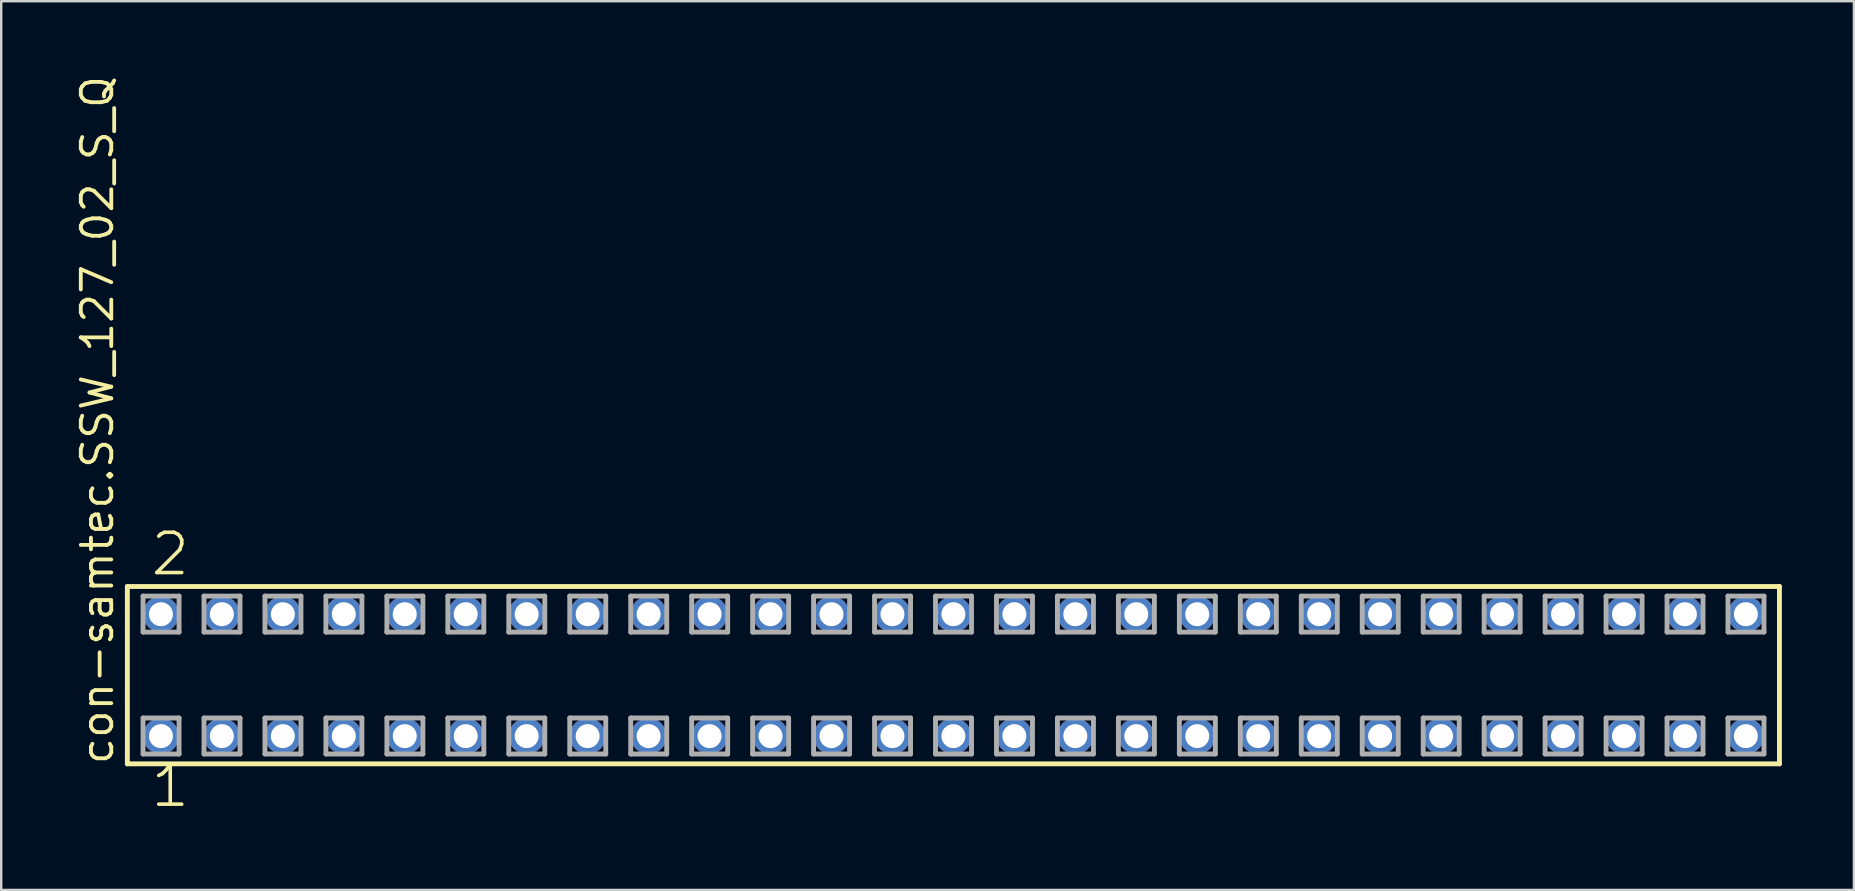
<source format=kicad_pcb>
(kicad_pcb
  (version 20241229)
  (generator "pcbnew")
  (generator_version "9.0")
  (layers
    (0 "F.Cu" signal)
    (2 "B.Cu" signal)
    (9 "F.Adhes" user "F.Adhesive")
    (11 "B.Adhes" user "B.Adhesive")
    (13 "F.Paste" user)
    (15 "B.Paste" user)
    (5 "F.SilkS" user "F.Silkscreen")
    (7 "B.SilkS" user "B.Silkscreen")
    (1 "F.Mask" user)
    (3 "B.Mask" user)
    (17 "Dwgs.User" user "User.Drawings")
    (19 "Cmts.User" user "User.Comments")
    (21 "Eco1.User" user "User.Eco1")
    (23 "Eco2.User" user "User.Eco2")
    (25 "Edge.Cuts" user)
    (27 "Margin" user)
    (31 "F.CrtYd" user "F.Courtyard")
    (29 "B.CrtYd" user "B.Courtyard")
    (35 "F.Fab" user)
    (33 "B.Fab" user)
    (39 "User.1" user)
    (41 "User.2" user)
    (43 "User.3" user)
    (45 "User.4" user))
  (footprint "con-samtec.SSW_127_02_S_Q"
    (layer "F.Cu")
    (at 36.675 25.082)
    (property "Reference" "con-samtec.SSW_127_02_S_Q" (at -34.925 3.81 90) (layer "F.SilkS") (effects (font (size 1.27 1.27) (thickness 0.16)) (justify left bottom)))
    (attr through_hole)
    (fp_line (start -34.419 -3.695) (end 34.419 -3.695) (stroke (width 0.203) (type default)) (layer "F.SilkS"))
    (fp_line (start -34.419 3.695) (end -34.419 -3.695) (stroke (width 0.203) (type default)) (layer "F.SilkS"))
    (fp_line (start 34.419 -3.695) (end 34.419 3.695) (stroke (width 0.203) (type default)) (layer "F.SilkS"))
    (fp_line (start 34.419 3.695) (end -34.419 3.695) (stroke (width 0.203) (type default)) (layer "F.SilkS"))
    (fp_line (start -33.765 -3.295) (end -32.265 -3.295) (stroke (width 0.203) (type default)) (layer "F.Fab"))
    (fp_line (start -33.765 -1.795) (end -33.765 -3.295) (stroke (width 0.203) (type default)) (layer "F.Fab"))
    (fp_line (start -33.765 1.785) (end -32.265 1.785) (stroke (width 0.203) (type default)) (layer "F.Fab"))
    (fp_line (start -33.765 3.285) (end -33.765 1.785) (stroke (width 0.203) (type default)) (layer "F.Fab"))
    (fp_line (start -32.265 -3.295) (end -32.265 -1.795) (stroke (width 0.203) (type default)) (layer "F.Fab"))
    (fp_line (start -32.265 -1.795) (end -33.765 -1.795) (stroke (width 0.203) (type default)) (layer "F.Fab"))
    (fp_line (start -32.265 1.785) (end -32.265 3.285) (stroke (width 0.203) (type default)) (layer "F.Fab"))
    (fp_line (start -32.265 3.285) (end -33.765 3.285) (stroke (width 0.203) (type default)) (layer "F.Fab"))
    (fp_line (start -31.225 -3.295) (end -29.725 -3.295) (stroke (width 0.203) (type default)) (layer "F.Fab"))
    (fp_line (start -31.225 -1.795) (end -31.225 -3.295) (stroke (width 0.203) (type default)) (layer "F.Fab"))
    (fp_line (start -31.225 1.785) (end -29.725 1.785) (stroke (width 0.203) (type default)) (layer "F.Fab"))
    (fp_line (start -31.225 3.285) (end -31.225 1.785) (stroke (width 0.203) (type default)) (layer "F.Fab"))
    (fp_line (start -29.725 -3.295) (end -29.725 -1.795) (stroke (width 0.203) (type default)) (layer "F.Fab"))
    (fp_line (start -29.725 -1.795) (end -31.225 -1.795) (stroke (width 0.203) (type default)) (layer "F.Fab"))
    (fp_line (start -29.725 1.785) (end -29.725 3.285) (stroke (width 0.203) (type default)) (layer "F.Fab"))
    (fp_line (start -29.725 3.285) (end -31.225 3.285) (stroke (width 0.203) (type default)) (layer "F.Fab"))
    (fp_line (start -28.685 -3.295) (end -27.185 -3.295) (stroke (width 0.203) (type default)) (layer "F.Fab"))
    (fp_line (start -28.685 -1.795) (end -28.685 -3.295) (stroke (width 0.203) (type default)) (layer "F.Fab"))
    (fp_line (start -28.685 1.785) (end -27.185 1.785) (stroke (width 0.203) (type default)) (layer "F.Fab"))
    (fp_line (start -28.685 3.285) (end -28.685 1.785) (stroke (width 0.203) (type default)) (layer "F.Fab"))
    (fp_line (start -27.185 -3.295) (end -27.185 -1.795) (stroke (width 0.203) (type default)) (layer "F.Fab"))
    (fp_line (start -27.185 -1.795) (end -28.685 -1.795) (stroke (width 0.203) (type default)) (layer "F.Fab"))
    (fp_line (start -27.185 1.785) (end -27.185 3.285) (stroke (width 0.203) (type default)) (layer "F.Fab"))
    (fp_line (start -27.185 3.285) (end -28.685 3.285) (stroke (width 0.203) (type default)) (layer "F.Fab"))
    (fp_line (start -26.145 -3.295) (end -24.645 -3.295) (stroke (width 0.203) (type default)) (layer "F.Fab"))
    (fp_line (start -26.145 -1.795) (end -26.145 -3.295) (stroke (width 0.203) (type default)) (layer "F.Fab"))
    (fp_line (start -26.145 1.785) (end -24.645 1.785) (stroke (width 0.203) (type default)) (layer "F.Fab"))
    (fp_line (start -26.145 3.285) (end -26.145 1.785) (stroke (width 0.203) (type default)) (layer "F.Fab"))
    (fp_line (start -24.645 -3.295) (end -24.645 -1.795) (stroke (width 0.203) (type default)) (layer "F.Fab"))
    (fp_line (start -24.645 -1.795) (end -26.145 -1.795) (stroke (width 0.203) (type default)) (layer "F.Fab"))
    (fp_line (start -24.645 1.785) (end -24.645 3.285) (stroke (width 0.203) (type default)) (layer "F.Fab"))
    (fp_line (start -24.645 3.285) (end -26.145 3.285) (stroke (width 0.203) (type default)) (layer "F.Fab"))
    (fp_line (start -23.605 -3.295) (end -22.105 -3.295) (stroke (width 0.203) (type default)) (layer "F.Fab"))
    (fp_line (start -23.605 -1.795) (end -23.605 -3.295) (stroke (width 0.203) (type default)) (layer "F.Fab"))
    (fp_line (start -23.605 1.785) (end -22.105 1.785) (stroke (width 0.203) (type default)) (layer "F.Fab"))
    (fp_line (start -23.605 3.285) (end -23.605 1.785) (stroke (width 0.203) (type default)) (layer "F.Fab"))
    (fp_line (start -22.105 -3.295) (end -22.105 -1.795) (stroke (width 0.203) (type default)) (layer "F.Fab"))
    (fp_line (start -22.105 -1.795) (end -23.605 -1.795) (stroke (width 0.203) (type default)) (layer "F.Fab"))
    (fp_line (start -22.105 1.785) (end -22.105 3.285) (stroke (width 0.203) (type default)) (layer "F.Fab"))
    (fp_line (start -22.105 3.285) (end -23.605 3.285) (stroke (width 0.203) (type default)) (layer "F.Fab"))
    (fp_line (start -21.065 -3.295) (end -19.565 -3.295) (stroke (width 0.203) (type default)) (layer "F.Fab"))
    (fp_line (start -21.065 -1.795) (end -21.065 -3.295) (stroke (width 0.203) (type default)) (layer "F.Fab"))
    (fp_line (start -21.065 1.785) (end -19.565 1.785) (stroke (width 0.203) (type default)) (layer "F.Fab"))
    (fp_line (start -21.065 3.285) (end -21.065 1.785) (stroke (width 0.203) (type default)) (layer "F.Fab"))
    (fp_line (start -19.565 -3.295) (end -19.565 -1.795) (stroke (width 0.203) (type default)) (layer "F.Fab"))
    (fp_line (start -19.565 -1.795) (end -21.065 -1.795) (stroke (width 0.203) (type default)) (layer "F.Fab"))
    (fp_line (start -19.565 1.785) (end -19.565 3.285) (stroke (width 0.203) (type default)) (layer "F.Fab"))
    (fp_line (start -19.565 3.285) (end -21.065 3.285) (stroke (width 0.203) (type default)) (layer "F.Fab"))
    (fp_line (start -18.525 -3.295) (end -17.025 -3.295) (stroke (width 0.203) (type default)) (layer "F.Fab"))
    (fp_line (start -18.525 -1.795) (end -18.525 -3.295) (stroke (width 0.203) (type default)) (layer "F.Fab"))
    (fp_line (start -18.525 1.785) (end -17.025 1.785) (stroke (width 0.203) (type default)) (layer "F.Fab"))
    (fp_line (start -18.525 3.285) (end -18.525 1.785) (stroke (width 0.203) (type default)) (layer "F.Fab"))
    (fp_line (start -17.025 -3.295) (end -17.025 -1.795) (stroke (width 0.203) (type default)) (layer "F.Fab"))
    (fp_line (start -17.025 -1.795) (end -18.525 -1.795) (stroke (width 0.203) (type default)) (layer "F.Fab"))
    (fp_line (start -17.025 1.785) (end -17.025 3.285) (stroke (width 0.203) (type default)) (layer "F.Fab"))
    (fp_line (start -17.025 3.285) (end -18.525 3.285) (stroke (width 0.203) (type default)) (layer "F.Fab"))
    (fp_line (start -15.985 -3.295) (end -14.485 -3.295) (stroke (width 0.203) (type default)) (layer "F.Fab"))
    (fp_line (start -15.985 -1.795) (end -15.985 -3.295) (stroke (width 0.203) (type default)) (layer "F.Fab"))
    (fp_line (start -15.985 1.785) (end -14.485 1.785) (stroke (width 0.203) (type default)) (layer "F.Fab"))
    (fp_line (start -15.985 3.285) (end -15.985 1.785) (stroke (width 0.203) (type default)) (layer "F.Fab"))
    (fp_line (start -14.485 -3.295) (end -14.485 -1.795) (stroke (width 0.203) (type default)) (layer "F.Fab"))
    (fp_line (start -14.485 -1.795) (end -15.985 -1.795) (stroke (width 0.203) (type default)) (layer "F.Fab"))
    (fp_line (start -14.485 1.785) (end -14.485 3.285) (stroke (width 0.203) (type default)) (layer "F.Fab"))
    (fp_line (start -14.485 3.285) (end -15.985 3.285) (stroke (width 0.203) (type default)) (layer "F.Fab"))
    (fp_line (start -13.445 -3.295) (end -11.945 -3.295) (stroke (width 0.203) (type default)) (layer "F.Fab"))
    (fp_line (start -13.445 -1.795) (end -13.445 -3.295) (stroke (width 0.203) (type default)) (layer "F.Fab"))
    (fp_line (start -13.445 1.785) (end -11.945 1.785) (stroke (width 0.203) (type default)) (layer "F.Fab"))
    (fp_line (start -13.445 3.285) (end -13.445 1.785) (stroke (width 0.203) (type default)) (layer "F.Fab"))
    (fp_line (start -11.945 -3.295) (end -11.945 -1.795) (stroke (width 0.203) (type default)) (layer "F.Fab"))
    (fp_line (start -11.945 -1.795) (end -13.445 -1.795) (stroke (width 0.203) (type default)) (layer "F.Fab"))
    (fp_line (start -11.945 1.785) (end -11.945 3.285) (stroke (width 0.203) (type default)) (layer "F.Fab"))
    (fp_line (start -11.945 3.285) (end -13.445 3.285) (stroke (width 0.203) (type default)) (layer "F.Fab"))
    (fp_line (start -10.905 -3.295) (end -9.405 -3.295) (stroke (width 0.203) (type default)) (layer "F.Fab"))
    (fp_line (start -10.905 -1.795) (end -10.905 -3.295) (stroke (width 0.203) (type default)) (layer "F.Fab"))
    (fp_line (start -10.905 1.785) (end -9.405 1.785) (stroke (width 0.203) (type default)) (layer "F.Fab"))
    (fp_line (start -10.905 3.285) (end -10.905 1.785) (stroke (width 0.203) (type default)) (layer "F.Fab"))
    (fp_line (start -9.405 -3.295) (end -9.405 -1.795) (stroke (width 0.203) (type default)) (layer "F.Fab"))
    (fp_line (start -9.405 -1.795) (end -10.905 -1.795) (stroke (width 0.203) (type default)) (layer "F.Fab"))
    (fp_line (start -9.405 1.785) (end -9.405 3.285) (stroke (width 0.203) (type default)) (layer "F.Fab"))
    (fp_line (start -9.405 3.285) (end -10.905 3.285) (stroke (width 0.203) (type default)) (layer "F.Fab"))
    (fp_line (start -8.365 -3.295) (end -6.865 -3.295) (stroke (width 0.203) (type default)) (layer "F.Fab"))
    (fp_line (start -8.365 -1.795) (end -8.365 -3.295) (stroke (width 0.203) (type default)) (layer "F.Fab"))
    (fp_line (start -8.365 1.785) (end -6.865 1.785) (stroke (width 0.203) (type default)) (layer "F.Fab"))
    (fp_line (start -8.365 3.285) (end -8.365 1.785) (stroke (width 0.203) (type default)) (layer "F.Fab"))
    (fp_line (start -6.865 -3.295) (end -6.865 -1.795) (stroke (width 0.203) (type default)) (layer "F.Fab"))
    (fp_line (start -6.865 -1.795) (end -8.365 -1.795) (stroke (width 0.203) (type default)) (layer "F.Fab"))
    (fp_line (start -6.865 1.785) (end -6.865 3.285) (stroke (width 0.203) (type default)) (layer "F.Fab"))
    (fp_line (start -6.865 3.285) (end -8.365 3.285) (stroke (width 0.203) (type default)) (layer "F.Fab"))
    (fp_line (start -5.825 -3.295) (end -4.325 -3.295) (stroke (width 0.203) (type default)) (layer "F.Fab"))
    (fp_line (start -5.825 -1.795) (end -5.825 -3.295) (stroke (width 0.203) (type default)) (layer "F.Fab"))
    (fp_line (start -5.825 1.785) (end -4.325 1.785) (stroke (width 0.203) (type default)) (layer "F.Fab"))
    (fp_line (start -5.825 3.285) (end -5.825 1.785) (stroke (width 0.203) (type default)) (layer "F.Fab"))
    (fp_line (start -4.325 -3.295) (end -4.325 -1.795) (stroke (width 0.203) (type default)) (layer "F.Fab"))
    (fp_line (start -4.325 -1.795) (end -5.825 -1.795) (stroke (width 0.203) (type default)) (layer "F.Fab"))
    (fp_line (start -4.325 1.785) (end -4.325 3.285) (stroke (width 0.203) (type default)) (layer "F.Fab"))
    (fp_line (start -4.325 3.285) (end -5.825 3.285) (stroke (width 0.203) (type default)) (layer "F.Fab"))
    (fp_line (start -3.285 -3.295) (end -1.785 -3.295) (stroke (width 0.203) (type default)) (layer "F.Fab"))
    (fp_line (start -3.285 -1.795) (end -3.285 -3.295) (stroke (width 0.203) (type default)) (layer "F.Fab"))
    (fp_line (start -3.285 1.785) (end -1.785 1.785) (stroke (width 0.203) (type default)) (layer "F.Fab"))
    (fp_line (start -3.285 3.285) (end -3.285 1.785) (stroke (width 0.203) (type default)) (layer "F.Fab"))
    (fp_line (start -1.785 -3.295) (end -1.785 -1.795) (stroke (width 0.203) (type default)) (layer "F.Fab"))
    (fp_line (start -1.785 -1.795) (end -3.285 -1.795) (stroke (width 0.203) (type default)) (layer "F.Fab"))
    (fp_line (start -1.785 1.785) (end -1.785 3.285) (stroke (width 0.203) (type default)) (layer "F.Fab"))
    (fp_line (start -1.785 3.285) (end -3.285 3.285) (stroke (width 0.203) (type default)) (layer "F.Fab"))
    (fp_line (start -0.745 -3.295) (end 0.755 -3.295) (stroke (width 0.203) (type default)) (layer "F.Fab"))
    (fp_line (start -0.745 -1.795) (end -0.745 -3.295) (stroke (width 0.203) (type default)) (layer "F.Fab"))
    (fp_line (start -0.745 1.785) (end 0.755 1.785) (stroke (width 0.203) (type default)) (layer "F.Fab"))
    (fp_line (start -0.745 3.285) (end -0.745 1.785) (stroke (width 0.203) (type default)) (layer "F.Fab"))
    (fp_line (start 0.755 -3.295) (end 0.755 -1.795) (stroke (width 0.203) (type default)) (layer "F.Fab"))
    (fp_line (start 0.755 -1.795) (end -0.745 -1.795) (stroke (width 0.203) (type default)) (layer "F.Fab"))
    (fp_line (start 0.755 1.785) (end 0.755 3.285) (stroke (width 0.203) (type default)) (layer "F.Fab"))
    (fp_line (start 0.755 3.285) (end -0.745 3.285) (stroke (width 0.203) (type default)) (layer "F.Fab"))
    (fp_line (start 1.795 -3.295) (end 3.295 -3.295) (stroke (width 0.203) (type default)) (layer "F.Fab"))
    (fp_line (start 1.795 -1.795) (end 1.795 -3.295) (stroke (width 0.203) (type default)) (layer "F.Fab"))
    (fp_line (start 1.795 1.785) (end 3.295 1.785) (stroke (width 0.203) (type default)) (layer "F.Fab"))
    (fp_line (start 1.795 3.285) (end 1.795 1.785) (stroke (width 0.203) (type default)) (layer "F.Fab"))
    (fp_line (start 3.295 -3.295) (end 3.295 -1.795) (stroke (width 0.203) (type default)) (layer "F.Fab"))
    (fp_line (start 3.295 -1.795) (end 1.795 -1.795) (stroke (width 0.203) (type default)) (layer "F.Fab"))
    (fp_line (start 3.295 1.785) (end 3.295 3.285) (stroke (width 0.203) (type default)) (layer "F.Fab"))
    (fp_line (start 3.295 3.285) (end 1.795 3.285) (stroke (width 0.203) (type default)) (layer "F.Fab"))
    (fp_line (start 4.335 -3.295) (end 5.835 -3.295) (stroke (width 0.203) (type default)) (layer "F.Fab"))
    (fp_line (start 4.335 -1.795) (end 4.335 -3.295) (stroke (width 0.203) (type default)) (layer "F.Fab"))
    (fp_line (start 4.335 1.785) (end 5.835 1.785) (stroke (width 0.203) (type default)) (layer "F.Fab"))
    (fp_line (start 4.335 3.285) (end 4.335 1.785) (stroke (width 0.203) (type default)) (layer "F.Fab"))
    (fp_line (start 5.835 -3.295) (end 5.835 -1.795) (stroke (width 0.203) (type default)) (layer "F.Fab"))
    (fp_line (start 5.835 -1.795) (end 4.335 -1.795) (stroke (width 0.203) (type default)) (layer "F.Fab"))
    (fp_line (start 5.835 1.785) (end 5.835 3.285) (stroke (width 0.203) (type default)) (layer "F.Fab"))
    (fp_line (start 5.835 3.285) (end 4.335 3.285) (stroke (width 0.203) (type default)) (layer "F.Fab"))
    (fp_line (start 6.875 -3.295) (end 8.375 -3.295) (stroke (width 0.203) (type default)) (layer "F.Fab"))
    (fp_line (start 6.875 -1.795) (end 6.875 -3.295) (stroke (width 0.203) (type default)) (layer "F.Fab"))
    (fp_line (start 6.875 1.785) (end 8.375 1.785) (stroke (width 0.203) (type default)) (layer "F.Fab"))
    (fp_line (start 6.875 3.285) (end 6.875 1.785) (stroke (width 0.203) (type default)) (layer "F.Fab"))
    (fp_line (start 8.375 -3.295) (end 8.375 -1.795) (stroke (width 0.203) (type default)) (layer "F.Fab"))
    (fp_line (start 8.375 -1.795) (end 6.875 -1.795) (stroke (width 0.203) (type default)) (layer "F.Fab"))
    (fp_line (start 8.375 1.785) (end 8.375 3.285) (stroke (width 0.203) (type default)) (layer "F.Fab"))
    (fp_line (start 8.375 3.285) (end 6.875 3.285) (stroke (width 0.203) (type default)) (layer "F.Fab"))
    (fp_line (start 9.415 -3.295) (end 10.915 -3.295) (stroke (width 0.203) (type default)) (layer "F.Fab"))
    (fp_line (start 9.415 -1.795) (end 9.415 -3.295) (stroke (width 0.203) (type default)) (layer "F.Fab"))
    (fp_line (start 9.415 1.785) (end 10.915 1.785) (stroke (width 0.203) (type default)) (layer "F.Fab"))
    (fp_line (start 9.415 3.285) (end 9.415 1.785) (stroke (width 0.203) (type default)) (layer "F.Fab"))
    (fp_line (start 10.915 -3.295) (end 10.915 -1.795) (stroke (width 0.203) (type default)) (layer "F.Fab"))
    (fp_line (start 10.915 -1.795) (end 9.415 -1.795) (stroke (width 0.203) (type default)) (layer "F.Fab"))
    (fp_line (start 10.915 1.785) (end 10.915 3.285) (stroke (width 0.203) (type default)) (layer "F.Fab"))
    (fp_line (start 10.915 3.285) (end 9.415 3.285) (stroke (width 0.203) (type default)) (layer "F.Fab"))
    (fp_line (start 11.955 -3.295) (end 13.455 -3.295) (stroke (width 0.203) (type default)) (layer "F.Fab"))
    (fp_line (start 11.955 -1.795) (end 11.955 -3.295) (stroke (width 0.203) (type default)) (layer "F.Fab"))
    (fp_line (start 11.955 1.785) (end 13.455 1.785) (stroke (width 0.203) (type default)) (layer "F.Fab"))
    (fp_line (start 11.955 3.285) (end 11.955 1.785) (stroke (width 0.203) (type default)) (layer "F.Fab"))
    (fp_line (start 13.455 -3.295) (end 13.455 -1.795) (stroke (width 0.203) (type default)) (layer "F.Fab"))
    (fp_line (start 13.455 -1.795) (end 11.955 -1.795) (stroke (width 0.203) (type default)) (layer "F.Fab"))
    (fp_line (start 13.455 1.785) (end 13.455 3.285) (stroke (width 0.203) (type default)) (layer "F.Fab"))
    (fp_line (start 13.455 3.285) (end 11.955 3.285) (stroke (width 0.203) (type default)) (layer "F.Fab"))
    (fp_line (start 14.495 -3.295) (end 15.995 -3.295) (stroke (width 0.203) (type default)) (layer "F.Fab"))
    (fp_line (start 14.495 -1.795) (end 14.495 -3.295) (stroke (width 0.203) (type default)) (layer "F.Fab"))
    (fp_line (start 14.495 1.785) (end 15.995 1.785) (stroke (width 0.203) (type default)) (layer "F.Fab"))
    (fp_line (start 14.495 3.285) (end 14.495 1.785) (stroke (width 0.203) (type default)) (layer "F.Fab"))
    (fp_line (start 15.995 -3.295) (end 15.995 -1.795) (stroke (width 0.203) (type default)) (layer "F.Fab"))
    (fp_line (start 15.995 -1.795) (end 14.495 -1.795) (stroke (width 0.203) (type default)) (layer "F.Fab"))
    (fp_line (start 15.995 1.785) (end 15.995 3.285) (stroke (width 0.203) (type default)) (layer "F.Fab"))
    (fp_line (start 15.995 3.285) (end 14.495 3.285) (stroke (width 0.203) (type default)) (layer "F.Fab"))
    (fp_line (start 17.035 -3.295) (end 18.535 -3.295) (stroke (width 0.203) (type default)) (layer "F.Fab"))
    (fp_line (start 17.035 -1.795) (end 17.035 -3.295) (stroke (width 0.203) (type default)) (layer "F.Fab"))
    (fp_line (start 17.035 1.785) (end 18.535 1.785) (stroke (width 0.203) (type default)) (layer "F.Fab"))
    (fp_line (start 17.035 3.285) (end 17.035 1.785) (stroke (width 0.203) (type default)) (layer "F.Fab"))
    (fp_line (start 18.535 -3.295) (end 18.535 -1.795) (stroke (width 0.203) (type default)) (layer "F.Fab"))
    (fp_line (start 18.535 -1.795) (end 17.035 -1.795) (stroke (width 0.203) (type default)) (layer "F.Fab"))
    (fp_line (start 18.535 1.785) (end 18.535 3.285) (stroke (width 0.203) (type default)) (layer "F.Fab"))
    (fp_line (start 18.535 3.285) (end 17.035 3.285) (stroke (width 0.203) (type default)) (layer "F.Fab"))
    (fp_line (start 19.575 -3.295) (end 21.075 -3.295) (stroke (width 0.203) (type default)) (layer "F.Fab"))
    (fp_line (start 19.575 -1.795) (end 19.575 -3.295) (stroke (width 0.203) (type default)) (layer "F.Fab"))
    (fp_line (start 19.575 1.785) (end 21.075 1.785) (stroke (width 0.203) (type default)) (layer "F.Fab"))
    (fp_line (start 19.575 3.285) (end 19.575 1.785) (stroke (width 0.203) (type default)) (layer "F.Fab"))
    (fp_line (start 21.075 -3.295) (end 21.075 -1.795) (stroke (width 0.203) (type default)) (layer "F.Fab"))
    (fp_line (start 21.075 -1.795) (end 19.575 -1.795) (stroke (width 0.203) (type default)) (layer "F.Fab"))
    (fp_line (start 21.075 1.785) (end 21.075 3.285) (stroke (width 0.203) (type default)) (layer "F.Fab"))
    (fp_line (start 21.075 3.285) (end 19.575 3.285) (stroke (width 0.203) (type default)) (layer "F.Fab"))
    (fp_line (start 22.115 -3.295) (end 23.615 -3.295) (stroke (width 0.203) (type default)) (layer "F.Fab"))
    (fp_line (start 22.115 -1.795) (end 22.115 -3.295) (stroke (width 0.203) (type default)) (layer "F.Fab"))
    (fp_line (start 22.115 1.785) (end 23.615 1.785) (stroke (width 0.203) (type default)) (layer "F.Fab"))
    (fp_line (start 22.115 3.285) (end 22.115 1.785) (stroke (width 0.203) (type default)) (layer "F.Fab"))
    (fp_line (start 23.615 -3.295) (end 23.615 -1.795) (stroke (width 0.203) (type default)) (layer "F.Fab"))
    (fp_line (start 23.615 -1.795) (end 22.115 -1.795) (stroke (width 0.203) (type default)) (layer "F.Fab"))
    (fp_line (start 23.615 1.785) (end 23.615 3.285) (stroke (width 0.203) (type default)) (layer "F.Fab"))
    (fp_line (start 23.615 3.285) (end 22.115 3.285) (stroke (width 0.203) (type default)) (layer "F.Fab"))
    (fp_line (start 24.655 -3.295) (end 26.155 -3.295) (stroke (width 0.203) (type default)) (layer "F.Fab"))
    (fp_line (start 24.655 -1.795) (end 24.655 -3.295) (stroke (width 0.203) (type default)) (layer "F.Fab"))
    (fp_line (start 24.655 1.785) (end 26.155 1.785) (stroke (width 0.203) (type default)) (layer "F.Fab"))
    (fp_line (start 24.655 3.285) (end 24.655 1.785) (stroke (width 0.203) (type default)) (layer "F.Fab"))
    (fp_line (start 26.155 -3.295) (end 26.155 -1.795) (stroke (width 0.203) (type default)) (layer "F.Fab"))
    (fp_line (start 26.155 -1.795) (end 24.655 -1.795) (stroke (width 0.203) (type default)) (layer "F.Fab"))
    (fp_line (start 26.155 1.785) (end 26.155 3.285) (stroke (width 0.203) (type default)) (layer "F.Fab"))
    (fp_line (start 26.155 3.285) (end 24.655 3.285) (stroke (width 0.203) (type default)) (layer "F.Fab"))
    (fp_line (start 27.195 -3.295) (end 28.695 -3.295) (stroke (width 0.203) (type default)) (layer "F.Fab"))
    (fp_line (start 27.195 -1.795) (end 27.195 -3.295) (stroke (width 0.203) (type default)) (layer "F.Fab"))
    (fp_line (start 27.195 1.785) (end 28.695 1.785) (stroke (width 0.203) (type default)) (layer "F.Fab"))
    (fp_line (start 27.195 3.285) (end 27.195 1.785) (stroke (width 0.203) (type default)) (layer "F.Fab"))
    (fp_line (start 28.695 -3.295) (end 28.695 -1.795) (stroke (width 0.203) (type default)) (layer "F.Fab"))
    (fp_line (start 28.695 -1.795) (end 27.195 -1.795) (stroke (width 0.203) (type default)) (layer "F.Fab"))
    (fp_line (start 28.695 1.785) (end 28.695 3.285) (stroke (width 0.203) (type default)) (layer "F.Fab"))
    (fp_line (start 28.695 3.285) (end 27.195 3.285) (stroke (width 0.203) (type default)) (layer "F.Fab"))
    (fp_line (start 29.735 -3.295) (end 31.235 -3.295) (stroke (width 0.203) (type default)) (layer "F.Fab"))
    (fp_line (start 29.735 -1.795) (end 29.735 -3.295) (stroke (width 0.203) (type default)) (layer "F.Fab"))
    (fp_line (start 29.735 1.785) (end 31.235 1.785) (stroke (width 0.203) (type default)) (layer "F.Fab"))
    (fp_line (start 29.735 3.285) (end 29.735 1.785) (stroke (width 0.203) (type default)) (layer "F.Fab"))
    (fp_line (start 31.235 -3.295) (end 31.235 -1.795) (stroke (width 0.203) (type default)) (layer "F.Fab"))
    (fp_line (start 31.235 -1.795) (end 29.735 -1.795) (stroke (width 0.203) (type default)) (layer "F.Fab"))
    (fp_line (start 31.235 1.785) (end 31.235 3.285) (stroke (width 0.203) (type default)) (layer "F.Fab"))
    (fp_line (start 31.235 3.285) (end 29.735 3.285) (stroke (width 0.203) (type default)) (layer "F.Fab"))
    (fp_line (start 32.275 -3.295) (end 33.775 -3.295) (stroke (width 0.203) (type default)) (layer "F.Fab"))
    (fp_line (start 32.275 -1.795) (end 32.275 -3.295) (stroke (width 0.203) (type default)) (layer "F.Fab"))
    (fp_line (start 32.275 1.785) (end 33.775 1.785) (stroke (width 0.203) (type default)) (layer "F.Fab"))
    (fp_line (start 32.275 3.285) (end 32.275 1.785) (stroke (width 0.203) (type default)) (layer "F.Fab"))
    (fp_line (start 33.775 -3.295) (end 33.775 -1.795) (stroke (width 0.203) (type default)) (layer "F.Fab"))
    (fp_line (start 33.775 -1.795) (end 32.275 -1.795) (stroke (width 0.203) (type default)) (layer "F.Fab"))
    (fp_line (start 33.775 1.785) (end 33.775 3.285) (stroke (width 0.203) (type default)) (layer "F.Fab"))
    (fp_line (start 33.775 3.285) (end 32.275 3.285) (stroke (width 0.203) (type default)) (layer "F.Fab"))
    (fp_text user "1" (at -33.528 5.588 0) (layer "F.SilkS") (effects (font (size 1.676 1.676) (thickness 0.15)) (justify left bottom)))
    (fp_text user "2" (at -33.528 -4.064 0) (layer "F.SilkS") (effects (font (size 1.676 1.676) (thickness 0.15)) (justify left bottom)))
    (pad "1" thru_hole circle (at -33.02 2.54) (size 1.5 1.5) (drill 1) (layers "*.Cu" "*.Mask"))
    (pad "2" thru_hole circle (at -33.02 -2.54) (size 1.5 1.5) (drill 1) (layers "*.Cu" "*.Mask"))
    (pad "3" thru_hole circle (at -30.48 2.54) (size 1.5 1.5) (drill 1) (layers "*.Cu" "*.Mask"))
    (pad "4" thru_hole circle (at -30.48 -2.54) (size 1.5 1.5) (drill 1) (layers "*.Cu" "*.Mask"))
    (pad "5" thru_hole circle (at -27.94 2.54) (size 1.5 1.5) (drill 1) (layers "*.Cu" "*.Mask"))
    (pad "6" thru_hole circle (at -27.94 -2.54) (size 1.5 1.5) (drill 1) (layers "*.Cu" "*.Mask"))
    (pad "7" thru_hole circle (at -25.4 2.54) (size 1.5 1.5) (drill 1) (layers "*.Cu" "*.Mask"))
    (pad "8" thru_hole circle (at -25.4 -2.54) (size 1.5 1.5) (drill 1) (layers "*.Cu" "*.Mask"))
    (pad "9" thru_hole circle (at -22.86 2.54) (size 1.5 1.5) (drill 1) (layers "*.Cu" "*.Mask"))
    (pad "10" thru_hole circle (at -22.86 -2.54) (size 1.5 1.5) (drill 1) (layers "*.Cu" "*.Mask"))
    (pad "11" thru_hole circle (at -20.32 2.54) (size 1.5 1.5) (drill 1) (layers "*.Cu" "*.Mask"))
    (pad "12" thru_hole circle (at -20.32 -2.54) (size 1.5 1.5) (drill 1) (layers "*.Cu" "*.Mask"))
    (pad "13" thru_hole circle (at -17.78 2.54) (size 1.5 1.5) (drill 1) (layers "*.Cu" "*.Mask"))
    (pad "14" thru_hole circle (at -17.78 -2.54) (size 1.5 1.5) (drill 1) (layers "*.Cu" "*.Mask"))
    (pad "15" thru_hole circle (at -15.24 2.54) (size 1.5 1.5) (drill 1) (layers "*.Cu" "*.Mask"))
    (pad "16" thru_hole circle (at -15.24 -2.54) (size 1.5 1.5) (drill 1) (layers "*.Cu" "*.Mask"))
    (pad "17" thru_hole circle (at -12.7 2.54) (size 1.5 1.5) (drill 1) (layers "*.Cu" "*.Mask"))
    (pad "18" thru_hole circle (at -12.7 -2.54) (size 1.5 1.5) (drill 1) (layers "*.Cu" "*.Mask"))
    (pad "19" thru_hole circle (at -10.16 2.54) (size 1.5 1.5) (drill 1) (layers "*.Cu" "*.Mask"))
    (pad "20" thru_hole circle (at -10.16 -2.54) (size 1.5 1.5) (drill 1) (layers "*.Cu" "*.Mask"))
    (pad "21" thru_hole circle (at -7.62 2.54) (size 1.5 1.5) (drill 1) (layers "*.Cu" "*.Mask"))
    (pad "22" thru_hole circle (at -7.62 -2.54) (size 1.5 1.5) (drill 1) (layers "*.Cu" "*.Mask"))
    (pad "23" thru_hole circle (at -5.08 2.54) (size 1.5 1.5) (drill 1) (layers "*.Cu" "*.Mask"))
    (pad "24" thru_hole circle (at -5.08 -2.54) (size 1.5 1.5) (drill 1) (layers "*.Cu" "*.Mask"))
    (pad "25" thru_hole circle (at -2.54 2.54) (size 1.5 1.5) (drill 1) (layers "*.Cu" "*.Mask"))
    (pad "26" thru_hole circle (at -2.54 -2.54) (size 1.5 1.5) (drill 1) (layers "*.Cu" "*.Mask"))
    (pad "27" thru_hole circle (at 0 2.54) (size 1.5 1.5) (drill 1) (layers "*.Cu" "*.Mask"))
    (pad "28" thru_hole circle (at 0 -2.54) (size 1.5 1.5) (drill 1) (layers "*.Cu" "*.Mask"))
    (pad "29" thru_hole circle (at 2.54 2.54) (size 1.5 1.5) (drill 1) (layers "*.Cu" "*.Mask"))
    (pad "30" thru_hole circle (at 2.54 -2.54) (size 1.5 1.5) (drill 1) (layers "*.Cu" "*.Mask"))
    (pad "31" thru_hole circle (at 5.08 2.54) (size 1.5 1.5) (drill 1) (layers "*.Cu" "*.Mask"))
    (pad "32" thru_hole circle (at 5.08 -2.54) (size 1.5 1.5) (drill 1) (layers "*.Cu" "*.Mask"))
    (pad "33" thru_hole circle (at 7.62 2.54) (size 1.5 1.5) (drill 1) (layers "*.Cu" "*.Mask"))
    (pad "34" thru_hole circle (at 7.62 -2.54) (size 1.5 1.5) (drill 1) (layers "*.Cu" "*.Mask"))
    (pad "35" thru_hole circle (at 10.16 2.54) (size 1.5 1.5) (drill 1) (layers "*.Cu" "*.Mask"))
    (pad "36" thru_hole circle (at 10.16 -2.54) (size 1.5 1.5) (drill 1) (layers "*.Cu" "*.Mask"))
    (pad "37" thru_hole circle (at 12.7 2.54) (size 1.5 1.5) (drill 1) (layers "*.Cu" "*.Mask"))
    (pad "38" thru_hole circle (at 12.7 -2.54) (size 1.5 1.5) (drill 1) (layers "*.Cu" "*.Mask"))
    (pad "39" thru_hole circle (at 15.24 2.54) (size 1.5 1.5) (drill 1) (layers "*.Cu" "*.Mask"))
    (pad "40" thru_hole circle (at 15.24 -2.54) (size 1.5 1.5) (drill 1) (layers "*.Cu" "*.Mask"))
    (pad "41" thru_hole circle (at 17.78 2.54) (size 1.5 1.5) (drill 1) (layers "*.Cu" "*.Mask"))
    (pad "42" thru_hole circle (at 17.78 -2.54) (size 1.5 1.5) (drill 1) (layers "*.Cu" "*.Mask"))
    (pad "43" thru_hole circle (at 20.32 2.54) (size 1.5 1.5) (drill 1) (layers "*.Cu" "*.Mask"))
    (pad "44" thru_hole circle (at 20.32 -2.54) (size 1.5 1.5) (drill 1) (layers "*.Cu" "*.Mask"))
    (pad "45" thru_hole circle (at 22.86 2.54) (size 1.5 1.5) (drill 1) (layers "*.Cu" "*.Mask"))
    (pad "46" thru_hole circle (at 22.86 -2.54) (size 1.5 1.5) (drill 1) (layers "*.Cu" "*.Mask"))
    (pad "47" thru_hole circle (at 25.4 2.54) (size 1.5 1.5) (drill 1) (layers "*.Cu" "*.Mask"))
    (pad "48" thru_hole circle (at 25.4 -2.54) (size 1.5 1.5) (drill 1) (layers "*.Cu" "*.Mask"))
    (pad "49" thru_hole circle (at 27.94 2.54) (size 1.5 1.5) (drill 1) (layers "*.Cu" "*.Mask"))
    (pad "50" thru_hole circle (at 27.94 -2.54) (size 1.5 1.5) (drill 1) (layers "*.Cu" "*.Mask"))
    (pad "51" thru_hole circle (at 30.48 2.54) (size 1.5 1.5) (drill 1) (layers "*.Cu" "*.Mask"))
    (pad "52" thru_hole circle (at 30.48 -2.54) (size 1.5 1.5) (drill 1) (layers "*.Cu" "*.Mask"))
    (pad "53" thru_hole circle (at 33.02 2.54) (size 1.5 1.5) (drill 1) (layers "*.Cu" "*.Mask"))
    (pad "54" thru_hole circle (at 33.02 -2.54) (size 1.5 1.5) (drill 1) (layers "*.Cu" "*.Mask")))
  (gr_rect
    (start -3 -3)
    (end 74.196 34.031)
    (stroke (width 0.1) (type default))
    (fill no)
    (layer "Edge.Cuts")))
</source>
